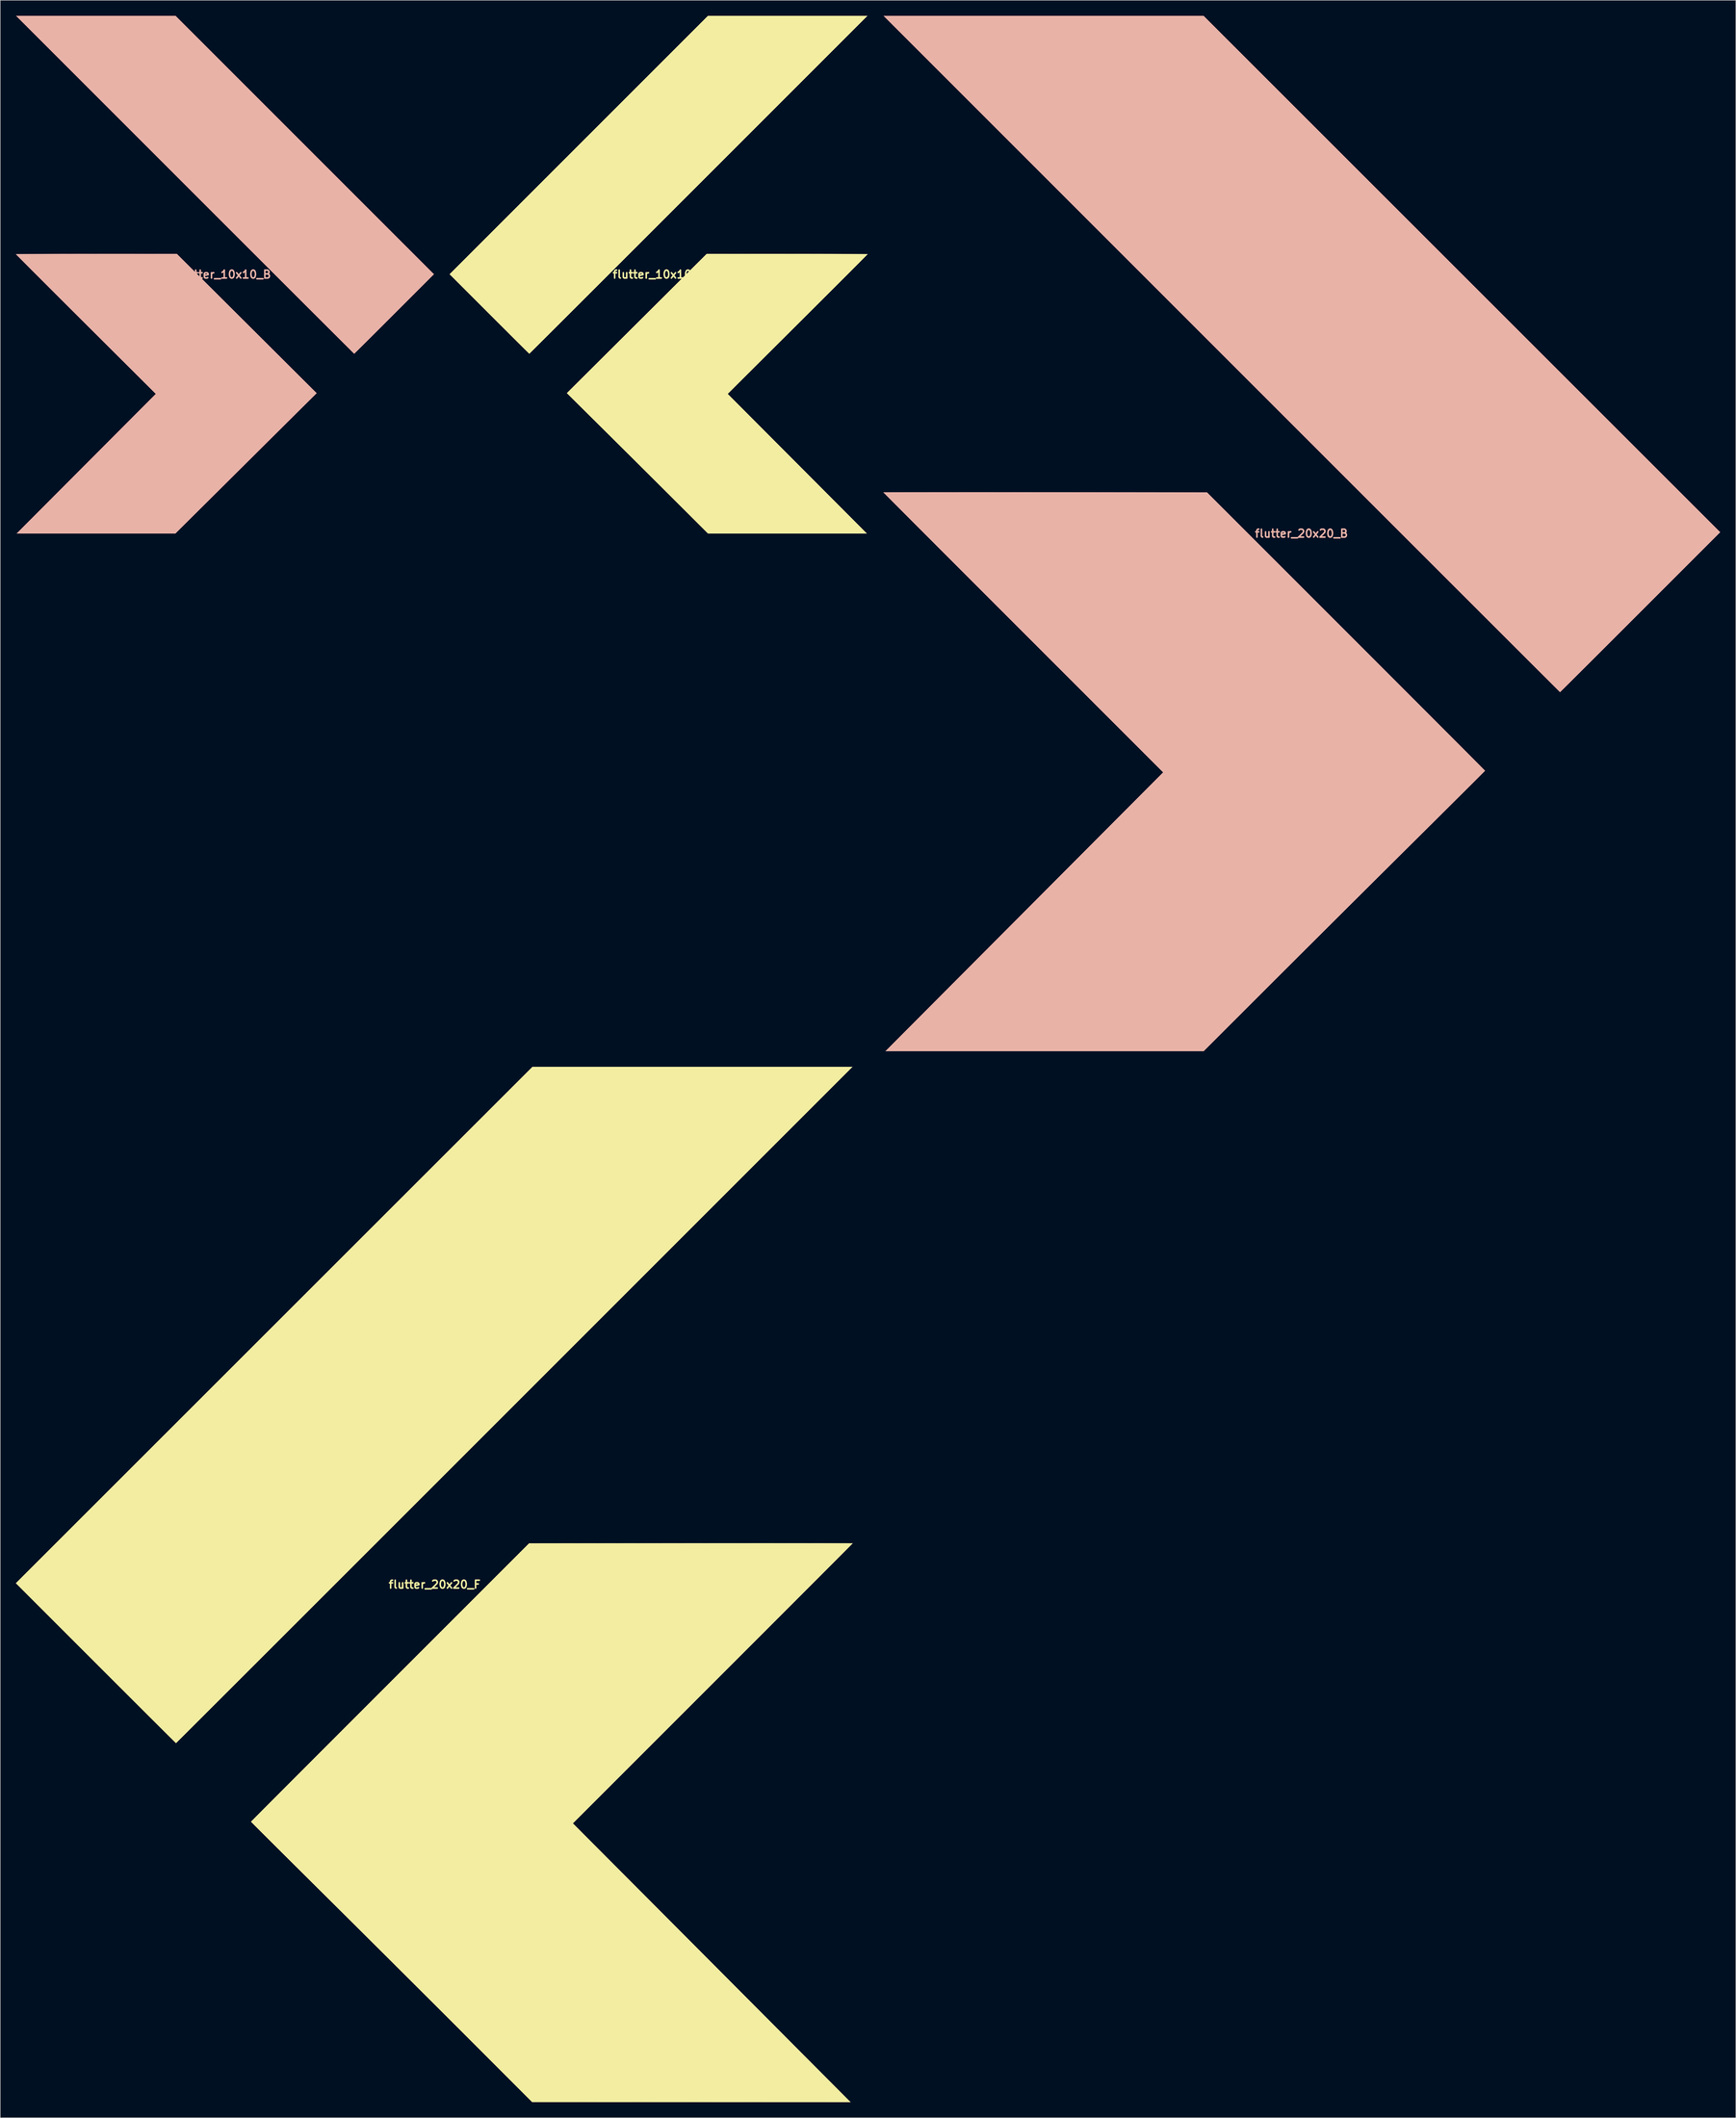
<source format=kicad_pcb>
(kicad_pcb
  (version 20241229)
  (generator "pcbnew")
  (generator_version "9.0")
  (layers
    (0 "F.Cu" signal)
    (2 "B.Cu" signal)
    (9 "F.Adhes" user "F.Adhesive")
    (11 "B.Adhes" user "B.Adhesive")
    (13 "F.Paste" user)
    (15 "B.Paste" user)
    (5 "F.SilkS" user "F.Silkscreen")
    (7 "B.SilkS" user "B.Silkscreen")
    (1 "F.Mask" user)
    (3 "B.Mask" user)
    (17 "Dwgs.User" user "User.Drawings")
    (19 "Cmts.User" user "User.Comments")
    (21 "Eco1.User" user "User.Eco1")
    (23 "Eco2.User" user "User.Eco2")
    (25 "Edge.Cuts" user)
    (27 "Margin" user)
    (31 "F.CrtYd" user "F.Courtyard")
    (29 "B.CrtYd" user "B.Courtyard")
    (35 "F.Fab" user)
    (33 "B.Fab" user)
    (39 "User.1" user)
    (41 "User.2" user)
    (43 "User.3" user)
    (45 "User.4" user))
  (footprint "flutter_10x10_B"
    (layer "F.Cu")
    (at 40.306 49.958)
    (property "Reference" "flutter_10x10_B" (at 0 0 0) (layer "B.SilkS") (effects (font (size 1.524 1.524) (thickness 0.3))))
    (attr through_hole)
    (fp_poly (pts (xy -24.85 -49.953) (xy -9.44 -49.953) (xy 15.515 -24.998) (xy 40.471 -0.043) (xy 32.787 7.641) (xy 31.838 8.59) (xy 30.922 9.505) (xy 30.046 10.38) (xy 29.217 11.206) (xy 28.443 11.978) (xy 27.73 12.688) (xy 27.086 13.328) (xy 26.518 13.892) (xy 26.033 14.373) (xy 25.638 14.764) (xy 25.34 15.057) (xy 25.146 15.246) (xy 25.064 15.323) (xy 25.062 15.325) (xy 25 15.265) (xy 24.821 15.09) (xy 24.53 14.801) (xy 24.13 14.403) (xy 23.624 13.899) (xy 23.015 13.293) (xy 22.307 12.587) (xy 21.503 11.785) (xy 20.607 10.892) (xy 19.623 9.909) (xy 18.553 8.841) (xy 17.401 7.691) (xy 16.17 6.463) (xy 14.865 5.159) (xy 13.488 3.784) (xy 12.043 2.34) (xy 10.533 0.832) (xy 8.962 -0.738) (xy 7.333 -2.366) (xy 5.65 -4.048) (xy 3.916 -5.781) (xy 2.134 -7.562) (xy 0.308 -9.388) (xy -1.559 -11.254) (xy -3.462 -13.157) (xy -5.4 -15.094) (xy -7.368 -17.062) (xy -7.62 -17.314) (xy -40.259 -49.953) (xy -24.85 -49.953)) (stroke (width 0.01) (type solid)) (fill yes) (layer "B.SilkS"))
    (fp_poly (pts (xy -24.744 -3.976) (xy -9.186 -3.972) (xy 4.318 9.482) (xy 17.822 22.936) (xy 16.298 24.446) (xy 16.085 24.657) (xy 15.758 24.982) (xy 15.324 25.412) (xy 14.79 25.942) (xy 14.163 26.565) (xy 13.448 27.275) (xy 12.654 28.064) (xy 11.786 28.926) (xy 10.851 29.855) (xy 9.855 30.843) (xy 8.806 31.885) (xy 7.711 32.974) (xy 6.574 34.103) (xy 5.404 35.265) (xy 4.207 36.454) (xy 2.99 37.664) (xy 2.655 37.996) (xy -9.464 50.038) (xy -40.149 50.038) (xy -26.709 36.555) (xy -13.269 23.072) (xy -26.785 9.604) (xy -28.05 8.344) (xy -29.283 7.115) (xy -30.478 5.922) (xy -31.63 4.772) (xy -32.735 3.67) (xy -33.786 2.62) (xy -34.778 1.628) (xy -35.706 0.7) (xy -36.565 -0.159) (xy -37.349 -0.943) (xy -38.052 -1.649) (xy -38.67 -2.269) (xy -39.197 -2.799) (xy -39.628 -3.233) (xy -39.958 -3.566) (xy -40.18 -3.793) (xy -40.29 -3.908) (xy -40.301 -3.922) (xy -40.218 -3.928) (xy -39.974 -3.933) (xy -39.577 -3.939) (xy -39.036 -3.944) (xy -38.359 -3.949) (xy -37.554 -3.954) (xy -36.631 -3.958) (xy -35.596 -3.962) (xy -34.459 -3.965) (xy -33.228 -3.968) (xy -31.912 -3.971) (xy -30.518 -3.973) (xy -29.055 -3.974) (xy -27.531 -3.975) (xy -25.955 -3.976) (xy -24.744 -3.976)) (stroke (width 0.01) (type solid)) (fill yes) (layer "B.SilkS")))
  (footprint "flutter_10x10_F"
    (layer "F.Cu")
    (at 124.173 49.958)
    (property "Reference" "flutter_10x10_F" (at 0 0 0) (layer "F.SilkS") (effects (font (size 1.524 1.524) (thickness 0.3))))
    (attr through_hole)
    (fp_poly (pts (xy 7.705 -17.314) (xy 5.733 -15.343) (xy 3.792 -13.402) (xy 1.883 -11.494) (xy 0.012 -9.623) (xy -1.819 -7.792) (xy -3.607 -6.005) (xy -5.347 -4.266) (xy -7.037 -2.577) (xy -8.673 -0.942) (xy -10.252 0.635) (xy -11.77 2.152) (xy -13.223 3.604) (xy -14.609 4.988) (xy -15.924 6.301) (xy -17.164 7.539) (xy -18.326 8.699) (xy -19.407 9.778) (xy -20.402 10.772) (xy -21.31 11.677) (xy -22.125 12.49) (xy -22.846 13.208) (xy -23.467 13.828) (xy -23.987 14.345) (xy -24.401 14.757) (xy -24.706 15.059) (xy -24.899 15.249) (xy -24.976 15.324) (xy -24.977 15.325) (xy -25.041 15.266) (xy -25.217 15.094) (xy -25.499 14.817) (xy -25.88 14.442) (xy -26.351 13.975) (xy -26.906 13.423) (xy -27.539 12.794) (xy -28.241 12.095) (xy -29.006 11.333) (xy -29.826 10.514) (xy -30.695 9.647) (xy -31.606 8.738) (xy -32.55 7.794) (xy -32.703 7.641) (xy -40.386 -0.043) (xy -15.431 -24.998) (xy 9.525 -49.953) (xy 24.935 -49.953) (xy 40.344 -49.953) (xy 7.705 -17.314)) (stroke (width 0.01) (type solid)) (fill yes) (layer "F.SilkS"))
    (fp_poly (pts (xy 28.002 -3.975) (xy 29.511 -3.974) (xy 30.958 -3.972) (xy 32.333 -3.97) (xy 33.629 -3.968) (xy 34.837 -3.964) (xy 35.949 -3.961) (xy 36.957 -3.957) (xy 37.852 -3.952) (xy 38.625 -3.948) (xy 39.269 -3.943) (xy 39.775 -3.937) (xy 40.134 -3.932) (xy 40.339 -3.926) (xy 40.386 -3.922) (xy 40.327 -3.857) (xy 40.153 -3.679) (xy 39.87 -3.392) (xy 39.483 -3.001) (xy 38.997 -2.513) (xy 38.419 -1.931) (xy 37.752 -1.263) (xy 37.002 -0.512) (xy 36.176 0.315) (xy 35.278 1.214) (xy 34.313 2.178) (xy 33.287 3.203) (xy 32.205 4.283) (xy 31.073 5.413) (xy 29.896 6.587) (xy 28.679 7.801) (xy 27.428 9.048) (xy 26.87 9.604) (xy 13.354 23.072) (xy 26.794 36.555) (xy 40.233 50.038) (xy 24.879 50.038) (xy 9.525 50.038) (xy 3.09 43.619) (xy 2.1 42.631) (xy 1.009 41.544) (xy -0.163 40.377) (xy -1.398 39.148) (xy -2.675 37.877) (xy -3.975 36.584) (xy -5.278 35.287) (xy -6.566 34.007) (xy -7.819 32.763) (xy -9.017 31.573) (xy -10.14 30.457) (xy -10.54 30.061) (xy -17.735 22.922) (xy -4.232 9.475) (xy 9.271 -3.972) (xy 24.828 -3.976) (xy 26.438 -3.976) (xy 28.002 -3.975)) (stroke (width 0.01) (type solid)) (fill yes) (layer "F.SilkS")))
  (footprint "flutter_20x20_F"
    (layer "F.Cu")
    (at 80.9 302.989)
    (property "Reference" "flutter_20x20_F" (at 0 0 0) (layer "F.SilkS") (effects (font (size 1.524 1.524) (thickness 0.3))))
    (attr through_hole)
    (fp_poly (pts (xy 15.409 -34.671) (xy 12.615 -31.876) (xy 9.849 -29.111) (xy 7.115 -26.377) (xy 4.414 -23.676) (xy 1.75 -21.012) (xy -0.876 -18.387) (xy -3.46 -15.803) (xy -6.001 -13.263) (xy -8.496 -10.768) (xy -10.943 -8.322) (xy -13.339 -5.927) (xy -15.681 -3.585) (xy -17.968 -1.299) (xy -20.197 0.929) (xy -22.365 3.096) (xy -24.471 5.2) (xy -26.511 7.239) (xy -28.483 9.21) (xy -30.385 11.111) (xy -32.214 12.939) (xy -33.968 14.692) (xy -35.645 16.367) (xy -37.241 17.962) (xy -38.755 19.475) (xy -40.185 20.903) (xy -41.527 22.244) (xy -42.779 23.495) (xy -43.94 24.654) (xy -45.006 25.718) (xy -45.975 26.685) (xy -46.844 27.553) (xy -47.612 28.319) (xy -48.275 28.981) (xy -48.832 29.536) (xy -49.28 29.982) (xy -49.616 30.316) (xy -49.838 30.537) (xy -49.944 30.641) (xy -49.953 30.649) (xy -50.016 30.59) (xy -50.194 30.416) (xy -50.481 30.133) (xy -50.873 29.744) (xy -51.364 29.256) (xy -51.95 28.673) (xy -52.626 28) (xy -53.387 27.243) (xy -54.227 26.405) (xy -55.142 25.493) (xy -56.126 24.51) (xy -57.175 23.463) (xy -58.284 22.356) (xy -59.447 21.194) (xy -60.66 19.983) (xy -61.918 18.726) (xy -63.215 17.429) (xy -64.547 16.098) (xy -65.445 15.2) (xy -80.895 -0.25) (xy -30.999 -50.121) (xy 18.897 -99.991) (xy 80.73 -99.991) (xy 15.409 -34.671)) (stroke (width 0.01) (type solid)) (fill yes) (layer "F.SilkS"))
    (fp_poly (pts (xy 66.285 -7.984) (xy 68.062 -7.984) (xy 69.748 -7.983) (xy 71.338 -7.982) (xy 72.826 -7.981) (xy 74.205 -7.98) (xy 75.469 -7.979) (xy 76.614 -7.977) (xy 77.632 -7.975) (xy 78.518 -7.973) (xy 79.267 -7.971) (xy 79.871 -7.968) (xy 80.326 -7.966) (xy 80.625 -7.963) (xy 80.763 -7.96) (xy 80.772 -7.959) (xy 80.713 -7.897) (xy 80.538 -7.719) (xy 80.25 -7.429) (xy 79.854 -7.03) (xy 79.354 -6.527) (xy 78.752 -5.923) (xy 78.054 -5.222) (xy 77.262 -4.428) (xy 76.38 -3.544) (xy 75.413 -2.575) (xy 74.364 -1.523) (xy 73.236 -0.394) (xy 72.034 0.81) (xy 70.762 2.085) (xy 69.422 3.426) (xy 68.019 4.83) (xy 66.557 6.294) (xy 65.039 7.813) (xy 63.47 9.383) (xy 61.852 11.002) (xy 60.19 12.664) (xy 58.487 14.368) (xy 56.748 16.107) (xy 54.976 17.88) (xy 53.747 19.108) (xy 26.723 46.133) (xy 44.209 63.685) (xy 45.775 65.257) (xy 47.375 66.863) (xy 48.999 68.494) (xy 50.64 70.141) (xy 52.288 71.795) (xy 53.936 73.449) (xy 55.573 75.093) (xy 57.192 76.718) (xy 58.784 78.317) (xy 60.341 79.879) (xy 61.852 81.397) (xy 63.311 82.861) (xy 64.708 84.264) (xy 66.034 85.596) (xy 67.282 86.848) (xy 68.441 88.013) (xy 69.504 89.08) (xy 70.462 90.042) (xy 71.032 90.615) (xy 80.369 99.991) (xy 49.603 99.984) (xy 18.838 99.976) (xy 6.304 87.432) (xy 4.977 86.105) (xy 3.542 84.671) (xy 2.014 83.145) (xy 0.405 81.539) (xy -1.271 79.866) (xy -3.002 78.14) (xy -4.774 76.373) (xy -6.575 74.579) (xy -8.39 72.771) (xy -10.207 70.962) (xy -12.013 69.165) (xy -13.794 67.393) (xy -15.537 65.659) (xy -17.229 63.977) (xy -18.858 62.36) (xy -20.408 60.82) (xy -20.853 60.379) (xy -22.171 59.071) (xy -23.456 57.795) (xy -24.704 56.555) (xy -25.91 55.357) (xy -27.069 54.206) (xy -28.176 53.106) (xy -29.224 52.063) (xy -30.21 51.082) (xy -31.128 50.168) (xy -31.972 49.327) (xy -32.738 48.563) (xy -33.421 47.882) (xy -34.015 47.288) (xy -34.515 46.788) (xy -34.916 46.385) (xy -35.213 46.086) (xy -35.401 45.895) (xy -35.474 45.817) (xy -35.475 45.816) (xy -35.416 45.753) (xy -35.241 45.574) (xy -34.953 45.283) (xy -34.558 44.884) (xy -34.057 44.381) (xy -33.456 43.776) (xy -32.758 43.075) (xy -31.966 42.28) (xy -31.085 41.396) (xy -30.118 40.427) (xy -29.069 39.375) (xy -27.943 38.246) (xy -26.741 37.042) (xy -25.47 35.769) (xy -24.131 34.428) (xy -22.73 33.025) (xy -21.269 31.562) (xy -19.753 30.045) (xy -18.185 28.476) (xy -16.57 26.859) (xy -14.91 25.199) (xy -13.21 23.498) (xy -11.474 21.761) (xy -9.705 19.992) (xy -8.615 18.902) (xy 18.246 -7.958) (xy 49.509 -7.98) (xy 51.799 -7.981) (xy 54.047 -7.982) (xy 56.244 -7.983) (xy 58.387 -7.984) (xy 60.468 -7.984) (xy 62.482 -7.985) (xy 64.423 -7.985) (xy 66.285 -7.984)) (stroke (width 0.01) (type solid)) (fill yes) (layer "F.SilkS")))
  (footprint "flutter_20x20_B"
    (layer "F.Cu")
    (at 248.341 99.996)
    (property "Reference" "flutter_20x20_B" (at 0 0 0) (layer "B.SilkS") (effects (font (size 1.524 1.524) (thickness 0.3))))
    (attr through_hole)
    (fp_poly (pts (xy 30.999 -50.121) (xy 80.895 -0.25) (xy 65.445 15.2) (xy 64.093 16.551) (xy 62.773 17.872) (xy 61.488 19.155) (xy 60.245 20.397) (xy 59.048 21.593) (xy 57.903 22.737) (xy 56.814 23.824) (xy 55.786 24.85) (xy 54.824 25.809) (xy 53.934 26.697) (xy 53.121 27.508) (xy 52.388 28.237) (xy 51.742 28.88) (xy 51.187 29.432) (xy 50.729 29.887) (xy 50.372 30.241) (xy 50.121 30.488) (xy 49.982 30.623) (xy 49.953 30.649) (xy 49.892 30.59) (xy 49.714 30.413) (xy 49.42 30.121) (xy 49.014 29.717) (xy 48.498 29.203) (xy 47.875 28.581) (xy 47.146 27.854) (xy 46.315 27.025) (xy 45.383 26.095) (xy 44.353 25.067) (xy 43.228 23.943) (xy 42.01 22.727) (xy 40.702 21.419) (xy 39.305 20.024) (xy 37.823 18.543) (xy 36.257 16.979) (xy 34.61 15.333) (xy 32.885 13.609) (xy 31.084 11.81) (xy 29.209 9.936) (xy 27.263 7.991) (xy 25.249 5.978) (xy 23.168 3.898) (xy 21.023 1.754) (xy 18.817 -0.451) (xy 16.551 -2.716) (xy 14.23 -5.037) (xy 11.854 -7.412) (xy 9.426 -9.839) (xy 6.949 -12.315) (xy 4.425 -14.839) (xy 1.857 -17.407) (xy -0.754 -20.017) (xy -3.404 -22.666) (xy -6.091 -25.353) (xy -8.813 -28.075) (xy -11.567 -30.829) (xy -14.351 -33.613) (xy -15.409 -34.671) (xy -80.73 -99.991) (xy -18.897 -99.991) (xy 30.999 -50.121)) (stroke (width 0.01) (type solid)) (fill yes) (layer "B.SilkS"))
    (fp_poly (pts (xy -61.134 -7.985) (xy -59.074 -7.984) (xy -56.951 -7.984) (xy -54.771 -7.983) (xy -52.539 -7.982) (xy -50.262 -7.98) (xy -49.509 -7.98) (xy -18.246 -7.958) (xy 8.615 18.902) (xy 10.402 20.689) (xy 12.159 22.446) (xy 13.881 24.169) (xy 15.566 25.855) (xy 17.208 27.498) (xy 18.806 29.097) (xy 20.354 30.646) (xy 21.848 32.142) (xy 23.286 33.582) (xy 24.664 34.961) (xy 25.976 36.276) (xy 27.221 37.523) (xy 28.393 38.698) (xy 29.49 39.797) (xy 30.507 40.817) (xy 31.441 41.753) (xy 32.287 42.602) (xy 33.043 43.361) (xy 33.703 44.025) (xy 34.266 44.59) (xy 34.725 45.053) (xy 35.079 45.411) (xy 35.323 45.658) (xy 35.453 45.792) (xy 35.475 45.816) (xy 35.416 45.88) (xy 35.242 46.057) (xy 34.957 46.344) (xy 34.568 46.734) (xy 34.08 47.224) (xy 33.497 47.806) (xy 32.824 48.477) (xy 32.068 49.231) (xy 31.232 50.064) (xy 30.323 50.969) (xy 29.345 51.942) (xy 28.304 52.978) (xy 27.204 54.071) (xy 26.051 55.217) (xy 24.851 56.41) (xy 23.607 57.645) (xy 22.326 58.917) (xy 21.012 60.221) (xy 20.853 60.379) (xy 19.328 61.893) (xy 17.72 63.489) (xy 16.045 65.154) (xy 14.314 66.874) (xy 12.542 68.636) (xy 10.741 70.428) (xy 8.924 72.235) (xy 7.106 74.046) (xy 5.298 75.846) (xy 3.514 77.623) (xy 1.767 79.364) (xy 0.071 81.055) (xy -1.562 82.683) (xy -3.117 84.235) (xy -4.583 85.698) (xy -5.946 87.059) (xy -6.326 87.439) (xy -18.884 99.991) (xy -80.369 99.991) (xy -71.032 90.615) (xy -70.148 89.727) (xy -69.153 88.728) (xy -68.056 87.626) (xy -66.866 86.431) (xy -65.591 85.151) (xy -64.239 83.794) (xy -62.82 82.369) (xy -61.343 80.885) (xy -59.815 79.351) (xy -58.245 77.776) (xy -56.643 76.167) (xy -55.017 74.534) (xy -53.375 72.886) (xy -51.726 71.231) (xy -50.08 69.578) (xy -48.444 67.936) (xy -46.827 66.312) (xy -45.237 64.717) (xy -44.209 63.685) (xy -26.723 46.133) (xy -53.747 19.108) (xy -55.54 17.316) (xy -57.302 15.553) (xy -59.03 13.825) (xy -60.72 12.134) (xy -62.369 10.485) (xy -63.971 8.881) (xy -65.525 7.326) (xy -67.026 5.824) (xy -68.469 4.379) (xy -69.853 2.995) (xy -71.172 1.674) (xy -72.422 0.422) (xy -73.601 -0.759) (xy -74.704 -1.864) (xy -75.728 -2.89) (xy -76.669 -3.833) (xy -77.522 -4.689) (xy -78.285 -5.454) (xy -78.953 -6.125) (xy -79.523 -6.697) (xy -79.991 -7.168) (xy -80.353 -7.532) (xy -80.605 -7.787) (xy -80.744 -7.929) (xy -80.772 -7.959) (xy -80.688 -7.962) (xy -80.441 -7.965) (xy -80.037 -7.967) (xy -79.48 -7.97) (xy -78.778 -7.972) (xy -77.936 -7.974) (xy -76.961 -7.976) (xy -75.857 -7.978) (xy -74.631 -7.98) (xy -73.288 -7.981) (xy -71.836 -7.982) (xy -70.279 -7.983) (xy -68.623 -7.984) (xy -66.875 -7.984) (xy -65.04 -7.985) (xy -63.124 -7.985) (xy -61.134 -7.985)) (stroke (width 0.01) (type solid)) (fill yes) (layer "B.SilkS")))
  (gr_rect
    (start -3 -3)
    (end 332.241 405.985)
    (stroke (width 0.1) (type default))
    (fill no)
    (layer "Edge.Cuts")))
</source>
